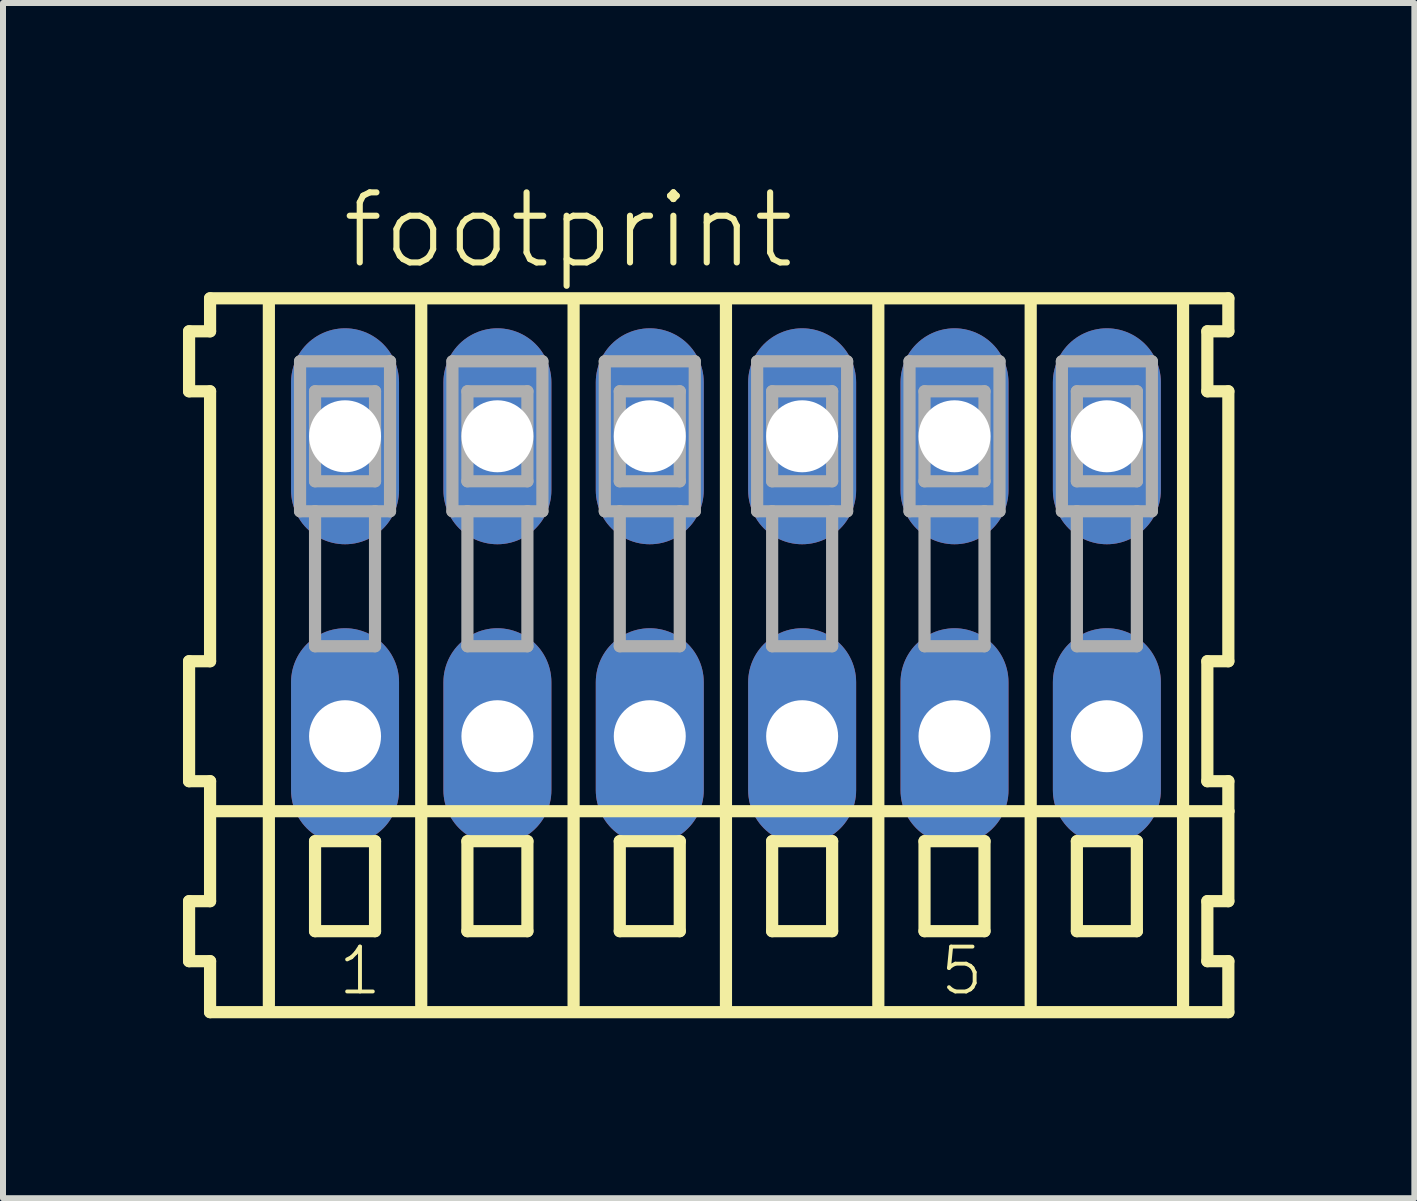
<source format=kicad_pcb>
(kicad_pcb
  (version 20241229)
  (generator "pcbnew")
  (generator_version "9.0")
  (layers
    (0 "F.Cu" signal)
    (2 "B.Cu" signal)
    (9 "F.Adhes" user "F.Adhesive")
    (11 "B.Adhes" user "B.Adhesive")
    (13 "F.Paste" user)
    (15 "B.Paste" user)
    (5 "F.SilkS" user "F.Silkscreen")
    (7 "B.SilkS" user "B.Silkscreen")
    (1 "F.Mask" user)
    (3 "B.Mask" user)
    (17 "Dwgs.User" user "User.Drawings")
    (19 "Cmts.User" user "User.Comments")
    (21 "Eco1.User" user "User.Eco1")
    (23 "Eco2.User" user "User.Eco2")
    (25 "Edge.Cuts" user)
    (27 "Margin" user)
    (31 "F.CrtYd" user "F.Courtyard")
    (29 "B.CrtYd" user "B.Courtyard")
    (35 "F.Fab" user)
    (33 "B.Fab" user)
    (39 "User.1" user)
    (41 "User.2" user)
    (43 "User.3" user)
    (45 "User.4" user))
  (footprint "footprint"
    (layer "F.Cu")
    (at 9.052 6.723)
    (property "Reference" "footprint" (at -6.45 -5.25 0) (layer "F.SilkS") (effects (font (size 1.168 1.168) (thickness 0.102)) (justify left bottom)))
    (fp_line (start -8.95 -4.25) (end -8.95 -3.25) (stroke (width 0.203) (type solid)) (layer "F.SilkS"))
    (fp_line (start -8.95 -3.25) (end -8.6 -3.25) (stroke (width 0.203) (type solid)) (layer "F.SilkS"))
    (fp_line (start -8.95 1.25) (end -8.95 3.25) (stroke (width 0.203) (type solid)) (layer "F.SilkS"))
    (fp_line (start -8.95 3.25) (end -8.6 3.25) (stroke (width 0.203) (type solid)) (layer "F.SilkS"))
    (fp_line (start -8.95 5.25) (end -8.95 6.25) (stroke (width 0.203) (type solid)) (layer "F.SilkS"))
    (fp_line (start -8.95 6.25) (end -8.6 6.25) (stroke (width 0.203) (type solid)) (layer "F.SilkS"))
    (fp_line (start -8.6 -4.8) (end -8.6 -4.25) (stroke (width 0.203) (type solid)) (layer "F.SilkS"))
    (fp_line (start -8.6 -4.25) (end -8.95 -4.25) (stroke (width 0.203) (type solid)) (layer "F.SilkS"))
    (fp_line (start -8.6 -3.25) (end -8.6 1.25) (stroke (width 0.203) (type solid)) (layer "F.SilkS"))
    (fp_line (start -8.6 1.25) (end -8.95 1.25) (stroke (width 0.203) (type solid)) (layer "F.SilkS"))
    (fp_line (start -8.6 3.25) (end -8.6 5.25) (stroke (width 0.203) (type solid)) (layer "F.SilkS"))
    (fp_line (start -8.6 3.75) (end 8.375 3.75) (stroke (width 0.203) (type solid)) (layer "F.SilkS"))
    (fp_line (start -8.6 5.25) (end -8.95 5.25) (stroke (width 0.203) (type solid)) (layer "F.SilkS"))
    (fp_line (start -8.6 6.25) (end -8.6 7.1) (stroke (width 0.203) (type solid)) (layer "F.SilkS"))
    (fp_line (start -8.6 7.1) (end 8.375 7.1) (stroke (width 0.203) (type solid)) (layer "F.SilkS"))
    (fp_line (start -7.62 6.985) (end -7.62 -4.699) (stroke (width 0.203) (type solid)) (layer "F.SilkS"))
    (fp_line (start -6.85 4.25) (end -6.85 5.75) (stroke (width 0.203) (type solid)) (layer "F.SilkS"))
    (fp_line (start -6.85 5.75) (end -5.85 5.75) (stroke (width 0.203) (type solid)) (layer "F.SilkS"))
    (fp_line (start -5.85 4.25) (end -6.85 4.25) (stroke (width 0.203) (type solid)) (layer "F.SilkS"))
    (fp_line (start -5.85 5.75) (end -5.85 4.25) (stroke (width 0.203) (type solid)) (layer "F.SilkS"))
    (fp_line (start -5.08 6.985) (end -5.08 -4.699) (stroke (width 0.203) (type solid)) (layer "F.SilkS"))
    (fp_line (start -4.31 4.25) (end -4.31 5.75) (stroke (width 0.203) (type solid)) (layer "F.SilkS"))
    (fp_line (start -4.31 5.75) (end -3.31 5.75) (stroke (width 0.203) (type solid)) (layer "F.SilkS"))
    (fp_line (start -3.31 4.25) (end -4.31 4.25) (stroke (width 0.203) (type solid)) (layer "F.SilkS"))
    (fp_line (start -3.31 5.75) (end -3.31 4.25) (stroke (width 0.203) (type solid)) (layer "F.SilkS"))
    (fp_line (start -2.54 6.985) (end -2.54 -4.699) (stroke (width 0.203) (type solid)) (layer "F.SilkS"))
    (fp_line (start -1.77 4.25) (end -1.77 5.75) (stroke (width 0.203) (type solid)) (layer "F.SilkS"))
    (fp_line (start -1.77 5.75) (end -0.77 5.75) (stroke (width 0.203) (type solid)) (layer "F.SilkS"))
    (fp_line (start -0.77 4.25) (end -1.77 4.25) (stroke (width 0.203) (type solid)) (layer "F.SilkS"))
    (fp_line (start -0.77 5.75) (end -0.77 4.25) (stroke (width 0.203) (type solid)) (layer "F.SilkS"))
    (fp_line (start 0 6.985) (end 0 -4.699) (stroke (width 0.203) (type solid)) (layer "F.SilkS"))
    (fp_line (start 0.77 4.25) (end 0.77 5.75) (stroke (width 0.203) (type solid)) (layer "F.SilkS"))
    (fp_line (start 0.77 5.75) (end 1.77 5.75) (stroke (width 0.203) (type solid)) (layer "F.SilkS"))
    (fp_line (start 1.77 4.25) (end 0.77 4.25) (stroke (width 0.203) (type solid)) (layer "F.SilkS"))
    (fp_line (start 1.77 5.75) (end 1.77 4.25) (stroke (width 0.203) (type solid)) (layer "F.SilkS"))
    (fp_line (start 2.54 6.985) (end 2.54 -4.699) (stroke (width 0.203) (type solid)) (layer "F.SilkS"))
    (fp_line (start 3.31 4.25) (end 3.31 5.75) (stroke (width 0.203) (type solid)) (layer "F.SilkS"))
    (fp_line (start 3.31 5.75) (end 4.31 5.75) (stroke (width 0.203) (type solid)) (layer "F.SilkS"))
    (fp_line (start 4.31 4.25) (end 3.31 4.25) (stroke (width 0.203) (type solid)) (layer "F.SilkS"))
    (fp_line (start 4.31 5.75) (end 4.31 4.25) (stroke (width 0.203) (type solid)) (layer "F.SilkS"))
    (fp_line (start 5.08 6.985) (end 5.08 -4.699) (stroke (width 0.203) (type solid)) (layer "F.SilkS"))
    (fp_line (start 5.85 4.25) (end 5.85 5.75) (stroke (width 0.203) (type solid)) (layer "F.SilkS"))
    (fp_line (start 5.85 5.75) (end 6.85 5.75) (stroke (width 0.203) (type solid)) (layer "F.SilkS"))
    (fp_line (start 6.85 4.25) (end 5.85 4.25) (stroke (width 0.203) (type solid)) (layer "F.SilkS"))
    (fp_line (start 6.85 5.75) (end 6.85 4.25) (stroke (width 0.203) (type solid)) (layer "F.SilkS"))
    (fp_line (start 7.62 6.985) (end 7.62 -4.699) (stroke (width 0.203) (type solid)) (layer "F.SilkS"))
    (fp_line (start 8.025 -4.25) (end 8.025 -3.25) (stroke (width 0.203) (type solid)) (layer "F.SilkS"))
    (fp_line (start 8.025 -3.25) (end 8.375 -3.25) (stroke (width 0.203) (type solid)) (layer "F.SilkS"))
    (fp_line (start 8.025 1.25) (end 8.025 3.25) (stroke (width 0.203) (type solid)) (layer "F.SilkS"))
    (fp_line (start 8.025 3.25) (end 8.375 3.25) (stroke (width 0.203) (type solid)) (layer "F.SilkS"))
    (fp_line (start 8.025 5.25) (end 8.025 6.25) (stroke (width 0.203) (type solid)) (layer "F.SilkS"))
    (fp_line (start 8.025 6.25) (end 8.375 6.25) (stroke (width 0.203) (type solid)) (layer "F.SilkS"))
    (fp_line (start 8.375 -4.8) (end -8.6 -4.8) (stroke (width 0.203) (type solid)) (layer "F.SilkS"))
    (fp_line (start 8.375 -4.25) (end 8.025 -4.25) (stroke (width 0.203) (type solid)) (layer "F.SilkS"))
    (fp_line (start 8.375 -4.25) (end 8.375 -4.8) (stroke (width 0.203) (type solid)) (layer "F.SilkS"))
    (fp_line (start 8.375 1.25) (end 8.025 1.25) (stroke (width 0.203) (type solid)) (layer "F.SilkS"))
    (fp_line (start 8.375 1.25) (end 8.375 -3.25) (stroke (width 0.203) (type solid)) (layer "F.SilkS"))
    (fp_line (start 8.375 3.75) (end 8.375 3.25) (stroke (width 0.203) (type solid)) (layer "F.SilkS"))
    (fp_line (start 8.375 5.25) (end 8.025 5.25) (stroke (width 0.203) (type solid)) (layer "F.SilkS"))
    (fp_line (start 8.375 5.25) (end 8.375 3.75) (stroke (width 0.203) (type solid)) (layer "F.SilkS"))
    (fp_line (start 8.375 7.1) (end 8.375 6.25) (stroke (width 0.203) (type solid)) (layer "F.SilkS"))
    (fp_line (start -7.1 -3.75) (end -7.1 -1.25) (stroke (width 0.203) (type solid)) (layer "F.Fab"))
    (fp_line (start -7.1 -1.25) (end -6.85 -1.25) (stroke (width 0.203) (type solid)) (layer "F.Fab"))
    (fp_line (start -6.85 -3.25) (end -6.85 -1.75) (stroke (width 0.203) (type solid)) (layer "F.Fab"))
    (fp_line (start -6.85 -1.75) (end -5.85 -1.75) (stroke (width 0.203) (type solid)) (layer "F.Fab"))
    (fp_line (start -6.85 -1.25) (end -6.85 1) (stroke (width 0.203) (type solid)) (layer "F.Fab"))
    (fp_line (start -6.85 -1.25) (end -5.85 -1.25) (stroke (width 0.203) (type solid)) (layer "F.Fab"))
    (fp_line (start -6.85 1) (end -5.85 1) (stroke (width 0.203) (type solid)) (layer "F.Fab"))
    (fp_line (start -5.85 -3.25) (end -6.85 -3.25) (stroke (width 0.203) (type solid)) (layer "F.Fab"))
    (fp_line (start -5.85 -1.75) (end -5.85 -3.25) (stroke (width 0.203) (type solid)) (layer "F.Fab"))
    (fp_line (start -5.85 -1.25) (end -5.6 -1.25) (stroke (width 0.203) (type solid)) (layer "F.Fab"))
    (fp_line (start -5.85 1) (end -5.85 -1.25) (stroke (width 0.203) (type solid)) (layer "F.Fab"))
    (fp_line (start -5.6 -3.75) (end -7.1 -3.75) (stroke (width 0.203) (type solid)) (layer "F.Fab"))
    (fp_line (start -5.6 -1.25) (end -5.6 -3.75) (stroke (width 0.203) (type solid)) (layer "F.Fab"))
    (fp_line (start -4.56 -3.75) (end -4.56 -1.25) (stroke (width 0.203) (type solid)) (layer "F.Fab"))
    (fp_line (start -4.56 -1.25) (end -4.31 -1.25) (stroke (width 0.203) (type solid)) (layer "F.Fab"))
    (fp_line (start -4.31 -3.25) (end -4.31 -1.75) (stroke (width 0.203) (type solid)) (layer "F.Fab"))
    (fp_line (start -4.31 -1.75) (end -3.31 -1.75) (stroke (width 0.203) (type solid)) (layer "F.Fab"))
    (fp_line (start -4.31 -1.25) (end -4.31 1) (stroke (width 0.203) (type solid)) (layer "F.Fab"))
    (fp_line (start -4.31 -1.25) (end -3.31 -1.25) (stroke (width 0.203) (type solid)) (layer "F.Fab"))
    (fp_line (start -4.31 1) (end -3.31 1) (stroke (width 0.203) (type solid)) (layer "F.Fab"))
    (fp_line (start -3.31 -3.25) (end -4.31 -3.25) (stroke (width 0.203) (type solid)) (layer "F.Fab"))
    (fp_line (start -3.31 -1.75) (end -3.31 -3.25) (stroke (width 0.203) (type solid)) (layer "F.Fab"))
    (fp_line (start -3.31 -1.25) (end -3.06 -1.25) (stroke (width 0.203) (type solid)) (layer "F.Fab"))
    (fp_line (start -3.31 1) (end -3.31 -1.25) (stroke (width 0.203) (type solid)) (layer "F.Fab"))
    (fp_line (start -3.06 -3.75) (end -4.56 -3.75) (stroke (width 0.203) (type solid)) (layer "F.Fab"))
    (fp_line (start -3.06 -1.25) (end -3.06 -3.75) (stroke (width 0.203) (type solid)) (layer "F.Fab"))
    (fp_line (start -2.02 -3.75) (end -2.02 -1.25) (stroke (width 0.203) (type solid)) (layer "F.Fab"))
    (fp_line (start -2.02 -1.25) (end -1.77 -1.25) (stroke (width 0.203) (type solid)) (layer "F.Fab"))
    (fp_line (start -1.77 -3.25) (end -1.77 -1.75) (stroke (width 0.203) (type solid)) (layer "F.Fab"))
    (fp_line (start -1.77 -1.75) (end -0.77 -1.75) (stroke (width 0.203) (type solid)) (layer "F.Fab"))
    (fp_line (start -1.77 -1.25) (end -1.77 1) (stroke (width 0.203) (type solid)) (layer "F.Fab"))
    (fp_line (start -1.77 -1.25) (end -0.77 -1.25) (stroke (width 0.203) (type solid)) (layer "F.Fab"))
    (fp_line (start -1.77 1) (end -0.77 1) (stroke (width 0.203) (type solid)) (layer "F.Fab"))
    (fp_line (start -0.77 -3.25) (end -1.77 -3.25) (stroke (width 0.203) (type solid)) (layer "F.Fab"))
    (fp_line (start -0.77 -1.75) (end -0.77 -3.25) (stroke (width 0.203) (type solid)) (layer "F.Fab"))
    (fp_line (start -0.77 -1.25) (end -0.52 -1.25) (stroke (width 0.203) (type solid)) (layer "F.Fab"))
    (fp_line (start -0.77 1) (end -0.77 -1.25) (stroke (width 0.203) (type solid)) (layer "F.Fab"))
    (fp_line (start -0.52 -3.75) (end -2.02 -3.75) (stroke (width 0.203) (type solid)) (layer "F.Fab"))
    (fp_line (start -0.52 -1.25) (end -0.52 -3.75) (stroke (width 0.203) (type solid)) (layer "F.Fab"))
    (fp_line (start 0.52 -3.75) (end 0.52 -1.25) (stroke (width 0.203) (type solid)) (layer "F.Fab"))
    (fp_line (start 0.52 -1.25) (end 0.77 -1.25) (stroke (width 0.203) (type solid)) (layer "F.Fab"))
    (fp_line (start 0.77 -3.25) (end 0.77 -1.75) (stroke (width 0.203) (type solid)) (layer "F.Fab"))
    (fp_line (start 0.77 -1.75) (end 1.77 -1.75) (stroke (width 0.203) (type solid)) (layer "F.Fab"))
    (fp_line (start 0.77 -1.25) (end 0.77 1) (stroke (width 0.203) (type solid)) (layer "F.Fab"))
    (fp_line (start 0.77 -1.25) (end 1.77 -1.25) (stroke (width 0.203) (type solid)) (layer "F.Fab"))
    (fp_line (start 0.77 1) (end 1.77 1) (stroke (width 0.203) (type solid)) (layer "F.Fab"))
    (fp_line (start 1.77 -3.25) (end 0.77 -3.25) (stroke (width 0.203) (type solid)) (layer "F.Fab"))
    (fp_line (start 1.77 -1.75) (end 1.77 -3.25) (stroke (width 0.203) (type solid)) (layer "F.Fab"))
    (fp_line (start 1.77 -1.25) (end 2.02 -1.25) (stroke (width 0.203) (type solid)) (layer "F.Fab"))
    (fp_line (start 1.77 1) (end 1.77 -1.25) (stroke (width 0.203) (type solid)) (layer "F.Fab"))
    (fp_line (start 2.02 -3.75) (end 0.52 -3.75) (stroke (width 0.203) (type solid)) (layer "F.Fab"))
    (fp_line (start 2.02 -1.25) (end 2.02 -3.75) (stroke (width 0.203) (type solid)) (layer "F.Fab"))
    (fp_line (start 3.06 -3.75) (end 3.06 -1.25) (stroke (width 0.203) (type solid)) (layer "F.Fab"))
    (fp_line (start 3.06 -1.25) (end 3.31 -1.25) (stroke (width 0.203) (type solid)) (layer "F.Fab"))
    (fp_line (start 3.31 -3.25) (end 3.31 -1.75) (stroke (width 0.203) (type solid)) (layer "F.Fab"))
    (fp_line (start 3.31 -1.75) (end 4.31 -1.75) (stroke (width 0.203) (type solid)) (layer "F.Fab"))
    (fp_line (start 3.31 -1.25) (end 3.31 1) (stroke (width 0.203) (type solid)) (layer "F.Fab"))
    (fp_line (start 3.31 -1.25) (end 4.31 -1.25) (stroke (width 0.203) (type solid)) (layer "F.Fab"))
    (fp_line (start 3.31 1) (end 4.31 1) (stroke (width 0.203) (type solid)) (layer "F.Fab"))
    (fp_line (start 4.31 -3.25) (end 3.31 -3.25) (stroke (width 0.203) (type solid)) (layer "F.Fab"))
    (fp_line (start 4.31 -1.75) (end 4.31 -3.25) (stroke (width 0.203) (type solid)) (layer "F.Fab"))
    (fp_line (start 4.31 -1.25) (end 4.56 -1.25) (stroke (width 0.203) (type solid)) (layer "F.Fab"))
    (fp_line (start 4.31 1) (end 4.31 -1.25) (stroke (width 0.203) (type solid)) (layer "F.Fab"))
    (fp_line (start 4.56 -3.75) (end 3.06 -3.75) (stroke (width 0.203) (type solid)) (layer "F.Fab"))
    (fp_line (start 4.56 -1.25) (end 4.56 -3.75) (stroke (width 0.203) (type solid)) (layer "F.Fab"))
    (fp_line (start 5.6 -3.75) (end 5.6 -1.25) (stroke (width 0.203) (type solid)) (layer "F.Fab"))
    (fp_line (start 5.6 -1.25) (end 5.85 -1.25) (stroke (width 0.203) (type solid)) (layer "F.Fab"))
    (fp_line (start 5.85 -3.25) (end 5.85 -1.75) (stroke (width 0.203) (type solid)) (layer "F.Fab"))
    (fp_line (start 5.85 -1.75) (end 6.85 -1.75) (stroke (width 0.203) (type solid)) (layer "F.Fab"))
    (fp_line (start 5.85 -1.25) (end 5.85 1) (stroke (width 0.203) (type solid)) (layer "F.Fab"))
    (fp_line (start 5.85 -1.25) (end 6.85 -1.25) (stroke (width 0.203) (type solid)) (layer "F.Fab"))
    (fp_line (start 5.85 1) (end 6.85 1) (stroke (width 0.203) (type solid)) (layer "F.Fab"))
    (fp_line (start 6.85 -3.25) (end 5.85 -3.25) (stroke (width 0.203) (type solid)) (layer "F.Fab"))
    (fp_line (start 6.85 -1.75) (end 6.85 -3.25) (stroke (width 0.203) (type solid)) (layer "F.Fab"))
    (fp_line (start 6.85 -1.25) (end 7.1 -1.25) (stroke (width 0.203) (type solid)) (layer "F.Fab"))
    (fp_line (start 6.85 1) (end 6.85 -1.25) (stroke (width 0.203) (type solid)) (layer "F.Fab"))
    (fp_line (start 7.1 -3.75) (end 5.6 -3.75) (stroke (width 0.203) (type solid)) (layer "F.Fab"))
    (fp_line (start 7.1 -1.25) (end 7.1 -3.75) (stroke (width 0.203) (type solid)) (layer "F.Fab"))
    (fp_text user "1" (at -6.5 6.85 0) (layer "F.SilkS") (effects (font (size 0.748 0.748) (thickness 0.065)) (justify left bottom)))
    (fp_text user "5" (at 3.533 6.85 0) (layer "F.SilkS") (effects (font (size 0.748 0.748) (thickness 0.065)) (justify left bottom)))
    (pad "A1" thru_hole oval (at -6.35 -2.5 90) (size 3.6 1.8) (drill 1.2) (layers "*.Cu" "*.Mask"))
    (pad "A2" thru_hole oval (at -3.81 -2.5 90) (size 3.6 1.8) (drill 1.2) (layers "*.Cu" "*.Mask"))
    (pad "A3" thru_hole oval (at -1.27 -2.5 90) (size 3.6 1.8) (drill 1.2) (layers "*.Cu" "*.Mask"))
    (pad "A4" thru_hole oval (at 1.27 -2.5 90) (size 3.6 1.8) (drill 1.2) (layers "*.Cu" "*.Mask"))
    (pad "A5" thru_hole oval (at 3.81 -2.5 90) (size 3.6 1.8) (drill 1.2) (layers "*.Cu" "*.Mask"))
    (pad "A6" thru_hole oval (at 6.35 -2.5 90) (size 3.6 1.8) (drill 1.2) (layers "*.Cu" "*.Mask"))
    (pad "B1" thru_hole oval (at -6.35 2.5 90) (size 3.6 1.8) (drill 1.2) (layers "*.Cu" "*.Mask"))
    (pad "B2" thru_hole oval (at -3.81 2.5 90) (size 3.6 1.8) (drill 1.2) (layers "*.Cu" "*.Mask"))
    (pad "B3" thru_hole oval (at -1.27 2.5 90) (size 3.6 1.8) (drill 1.2) (layers "*.Cu" "*.Mask"))
    (pad "B4" thru_hole oval (at 1.27 2.5 90) (size 3.6 1.8) (drill 1.2) (layers "*.Cu" "*.Mask"))
    (pad "B5" thru_hole oval (at 3.81 2.5 90) (size 3.6 1.8) (drill 1.2) (layers "*.Cu" "*.Mask"))
    (pad "B6" thru_hole oval (at 6.35 2.5 90) (size 3.6 1.8) (drill 1.2) (layers "*.Cu" "*.Mask")))
  (gr_rect
    (start -3 -3)
    (end 20.528 16.925)
    (stroke (width 0.1) (type default))
    (fill no)
    (layer "Edge.Cuts")))
</source>
